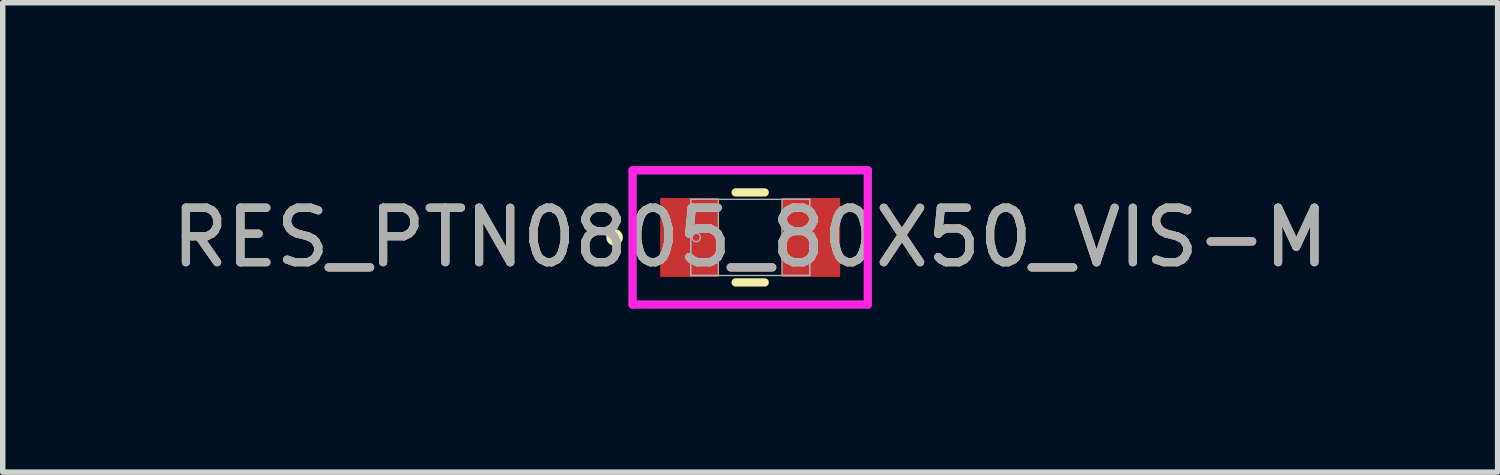
<source format=kicad_pcb>
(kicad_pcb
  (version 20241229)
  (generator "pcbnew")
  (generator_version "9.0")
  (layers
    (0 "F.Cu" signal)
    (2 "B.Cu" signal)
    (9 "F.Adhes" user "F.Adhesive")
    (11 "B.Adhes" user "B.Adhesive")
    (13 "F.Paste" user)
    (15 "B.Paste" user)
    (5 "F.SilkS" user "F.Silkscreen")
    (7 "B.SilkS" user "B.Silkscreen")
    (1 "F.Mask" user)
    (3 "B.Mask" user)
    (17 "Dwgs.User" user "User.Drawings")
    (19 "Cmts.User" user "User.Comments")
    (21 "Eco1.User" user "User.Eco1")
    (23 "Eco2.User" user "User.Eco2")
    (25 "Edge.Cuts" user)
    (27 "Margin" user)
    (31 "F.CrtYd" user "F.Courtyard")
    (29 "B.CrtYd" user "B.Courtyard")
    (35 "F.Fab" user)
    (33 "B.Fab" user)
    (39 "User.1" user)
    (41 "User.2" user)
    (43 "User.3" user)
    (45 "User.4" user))
  (footprint "RES_PTN0805_80X50_VIS-M"
    (layer "F.Cu")
    (at 10.72 1.308)
    (property "Reference" "RES_PTN0805_80X50_VIS-M" (at 0 0 0) (unlocked yes) (layer "F.SilkS") (effects (font (size 1 1) (thickness 0.15))))
    (attr smd)
    (fp_line (start -0.267 0.826) (end 0.267 0.826) (stroke (width 0.152) (type solid)) (layer "F.SilkS"))
    (fp_line (start 0.267 -0.826) (end -0.267 -0.826) (stroke (width 0.152) (type solid)) (layer "F.SilkS"))
    (fp_circle (center -2.489 0) (end -2.413 0) (stroke (width 0.152) (type solid)) (fill no) (layer "F.SilkS"))
    (fp_line (start -2.159 -1.232) (end 2.159 -1.232) (stroke (width 0.152) (type solid)) (layer "F.CrtYd"))
    (fp_line (start -2.159 1.232) (end -2.159 -1.232) (stroke (width 0.152) (type solid)) (layer "F.CrtYd"))
    (fp_line (start 2.159 -1.232) (end 2.159 1.232) (stroke (width 0.152) (type solid)) (layer "F.CrtYd"))
    (fp_line (start 2.159 1.232) (end -2.159 1.232) (stroke (width 0.152) (type solid)) (layer "F.CrtYd"))
    (fp_line (start -1.092 -0.699) (end -1.092 0.699) (stroke (width 0.025) (type solid)) (layer "F.Fab"))
    (fp_line (start -1.092 -0.699) (end -1.092 0.699) (stroke (width 0.025) (type solid)) (layer "F.Fab"))
    (fp_line (start -1.092 0.699) (end -0.584 0.699) (stroke (width 0.025) (type solid)) (layer "F.Fab"))
    (fp_line (start -1.092 0.699) (end 1.092 0.699) (stroke (width 0.025) (type solid)) (layer "F.Fab"))
    (fp_line (start -0.584 -0.699) (end -1.092 -0.699) (stroke (width 0.025) (type solid)) (layer "F.Fab"))
    (fp_line (start -0.584 0.699) (end -0.584 -0.699) (stroke (width 0.025) (type solid)) (layer "F.Fab"))
    (fp_line (start 0.584 -0.699) (end 0.584 0.699) (stroke (width 0.025) (type solid)) (layer "F.Fab"))
    (fp_line (start 0.584 0.699) (end 1.092 0.699) (stroke (width 0.025) (type solid)) (layer "F.Fab"))
    (fp_line (start 1.092 -0.699) (end -1.092 -0.699) (stroke (width 0.025) (type solid)) (layer "F.Fab"))
    (fp_line (start 1.092 -0.699) (end 0.584 -0.699) (stroke (width 0.025) (type solid)) (layer "F.Fab"))
    (fp_line (start 1.092 0.699) (end 1.092 -0.699) (stroke (width 0.025) (type solid)) (layer "F.Fab"))
    (fp_line (start 1.092 0.699) (end 1.092 -0.699) (stroke (width 0.025) (type solid)) (layer "F.Fab"))
    (fp_circle (center -0.991 0) (end -0.914 0) (stroke (width 0.025) (type solid)) (fill no) (layer "F.Fab"))
    (fp_text user "${REFERENCE}" (at 0 0 0) (unlocked yes) (layer "F.Fab") (effects (font (size 1 1) (thickness 0.15))))
    (pad "1" smd rect (at -1.118 0) (size 1.067 1.448) (layers "F.Cu" "F.Mask" "F.Paste"))
    (pad "2" smd rect (at 1.118 0) (size 1.067 1.448) (layers "F.Cu" "F.Mask" "F.Paste"))
    (zone (net_name "") (layer "F.Cu") (hatch full 0.508) (connect_pads) (min_thickness 0.254) (filled_areas_thickness no) (keepout (tracks not_allowed) (vias not_allowed) (pads allowed) (copperpour not_allowed) (footprints allowed)) (placement (enabled no)) (fill) (polygon (pts (xy 10.187 0.66) (xy 11.254 0.66) (xy 11.254 1.956) (xy 10.187 1.956)))))
  (gr_rect
    (start -3 -3)
    (end 24.44 5.616)
    (stroke (width 0.1) (type default))
    (fill no)
    (layer "Edge.Cuts")))
</source>
